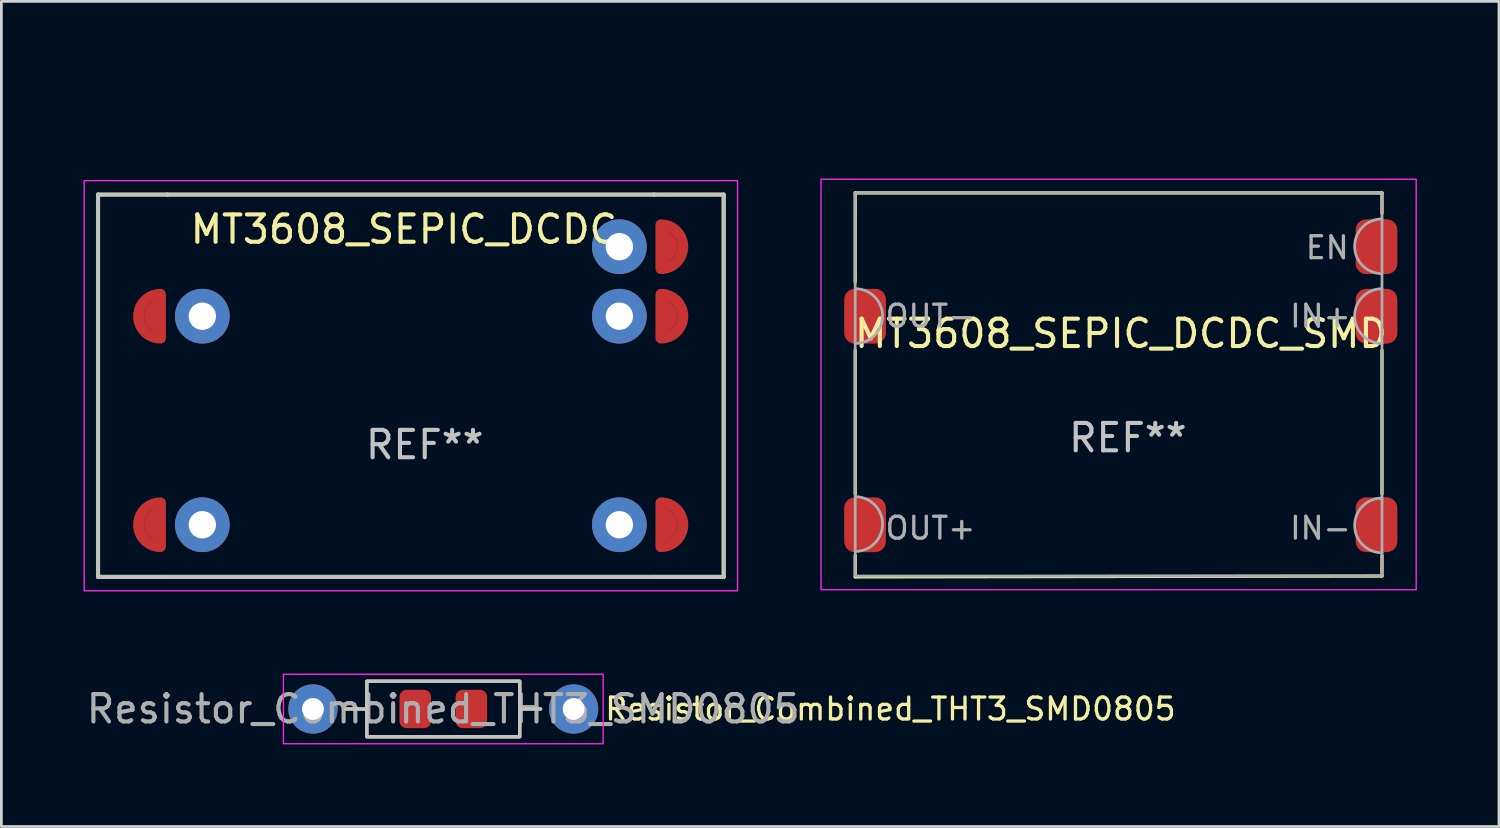
<source format=kicad_pcb>
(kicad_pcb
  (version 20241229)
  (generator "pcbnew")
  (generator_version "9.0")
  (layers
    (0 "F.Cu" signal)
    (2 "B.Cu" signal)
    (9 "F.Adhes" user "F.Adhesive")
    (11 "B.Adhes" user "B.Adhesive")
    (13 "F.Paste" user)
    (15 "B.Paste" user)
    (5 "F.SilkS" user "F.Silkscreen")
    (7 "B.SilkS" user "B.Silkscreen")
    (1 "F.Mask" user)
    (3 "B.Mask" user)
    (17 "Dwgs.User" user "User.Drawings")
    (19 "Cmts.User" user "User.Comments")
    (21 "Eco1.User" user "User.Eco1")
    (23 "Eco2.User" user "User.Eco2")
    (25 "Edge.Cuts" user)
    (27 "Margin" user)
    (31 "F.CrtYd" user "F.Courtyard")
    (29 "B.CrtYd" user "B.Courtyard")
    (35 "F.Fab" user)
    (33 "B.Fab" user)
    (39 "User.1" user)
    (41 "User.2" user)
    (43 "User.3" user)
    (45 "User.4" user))
  (footprint "MT3608_SEPIC_DCDC"
    (layer "F.Cu")
    (at 14.503 0.25)
    (property "Reference" "MT3608_SEPIC_DCDC" (at -2.794 5.08 0) (layer "F.SilkS") (effects (font (size 1 1) (thickness 0.15))))
    (attr through_hole)
    (fp_line (start -13.97 3.81) (end -13.97 17.78) (stroke (width 0.15) (type solid)) (layer "F.SilkS"))
    (fp_line (start -13.97 3.81) (end -11.43 3.81) (stroke (width 0.15) (type solid)) (layer "F.SilkS"))
    (fp_line (start -11.43 17.78) (end -13.97 17.78) (stroke (width 0.15) (type solid)) (layer "F.SilkS"))
    (fp_line (start -11.43 17.78) (end 6.35 17.78) (stroke (width 0.15) (type solid)) (layer "F.SilkS"))
    (fp_line (start 6.35 3.81) (end -11.43 3.81) (stroke (width 0.15) (type solid)) (layer "F.SilkS"))
    (fp_line (start 6.35 3.81) (end 8.89 3.81) (stroke (width 0.15) (type solid)) (layer "F.SilkS"))
    (fp_line (start 8.89 17.78) (end 6.35 17.78) (stroke (width 0.15) (type solid)) (layer "F.SilkS"))
    (fp_line (start 8.89 17.78) (end 8.89 3.81) (stroke (width 0.15) (type solid)) (layer "F.SilkS"))
    (fp_rect (start 8.89 17.78) (end -13.97 3.81) (stroke (width 0.12) (type solid)) (fill no) (layer "Dwgs.User"))
    (fp_rect (start 9.398 18.288) (end -14.478 3.302) (stroke (width 0.05) (type solid)) (fill no) (layer "F.CrtYd"))
    (fp_line (start -13.97 3.81) (end -13.97 17.78) (stroke (width 0.12) (type solid)) (layer "F.Fab"))
    (fp_line (start -13.97 3.81) (end -13.97 17.78) (stroke (width 0.12) (type solid)) (layer "F.Fab"))
    (fp_line (start -13.97 17.78) (end -11.43 17.78) (stroke (width 0.12) (type solid)) (layer "F.Fab"))
    (fp_line (start -11.43 3.81) (end -13.97 3.81) (stroke (width 0.12) (type solid)) (layer "F.Fab"))
    (fp_line (start -11.43 17.78) (end 6.35 17.78) (stroke (width 0.12) (type solid)) (layer "F.Fab"))
    (fp_line (start -11.43 17.78) (end 6.35 17.78) (stroke (width 0.12) (type solid)) (layer "F.Fab"))
    (fp_line (start -11.43 17.78) (end 6.35 17.78) (stroke (width 0.12) (type solid)) (layer "F.Fab"))
    (fp_line (start 3.81 3.81) (end -11.43 3.81) (stroke (width 0.12) (type solid)) (layer "F.Fab"))
    (fp_line (start 6.35 3.81) (end 3.81 3.81) (stroke (width 0.12) (type solid)) (layer "F.Fab"))
    (fp_line (start 6.35 17.78) (end 8.89 17.78) (stroke (width 0.12) (type solid)) (layer "F.Fab"))
    (fp_line (start 6.985 3.81) (end 6.35 3.81) (stroke (width 0.12) (type solid)) (layer "F.Fab"))
    (fp_line (start 8.89 3.81) (end 6.985 3.81) (stroke (width 0.12) (type solid)) (layer "F.Fab"))
    (fp_line (start 8.89 17.78) (end 8.89 3.81) (stroke (width 0.12) (type solid)) (layer "F.Fab"))
    (fp_line (start 8.89 17.78) (end 8.89 3.81) (stroke (width 0.12) (type solid)) (layer "F.Fab"))
    (fp_text user "REF**" (at -2.032 12.954 0) (unlocked yes) (layer "Dwgs.User") (effects (font (size 1 1) (thickness 0.15))))
    (pad "EN" thru_hole circle (at 5.08 5.715) (size 2 2) (drill 1) (layers "*.Cu" "*.Mask"))
    (pad "EN" smd custom (at 6.6 5.715) (size 0.2 0.2) (layers "F.Cu" "F.Mask" "F.Paste") (options (anchor circle)) (primitives (gr_arc (start 0 -0.8) (mid 0.8 0) (end 0 0.8) (width 0.4)) (gr_arc (start 0 -0.4) (mid 0.4 0) (end 0 0.4) (width 0.4)) (gr_line (start 0 -0.8) (end 0 0.8) (width 0.4))))
    (pad "IN+" thru_hole circle (at 5.08 8.255) (size 2 2) (drill 1) (layers "*.Cu" "*.Mask"))
    (pad "IN+" smd custom (at 6.6 8.255) (size 0.2 0.2) (layers "F.Cu" "F.Mask" "F.Paste") (options (anchor circle)) (primitives (gr_arc (start 0 -0.8) (mid 0.8 0) (end 0 0.8) (width 0.4)) (gr_arc (start 0 -0.4) (mid 0.4 0) (end 0 0.4) (width 0.4)) (gr_line (start 0 0.8) (end 0 -0.8) (width 0.4))))
    (pad "IN-" thru_hole circle (at 5.08 15.875) (size 2 2) (drill 1) (layers "*.Cu" "*.Mask"))
    (pad "IN-" smd custom (at 6.6 15.875) (size 0.2 0.2) (layers "F.Cu" "F.Mask" "F.Paste") (options (anchor circle)) (primitives (gr_arc (start 0 -0.8) (mid 0.8 0) (end 0 0.8) (width 0.4)) (gr_arc (start 0 -0.4) (mid 0.4 0) (end 0 0.4) (width 0.4)) (gr_line (start 0 -0.8) (end 0 0.8) (width 0.4))))
    (pad "OUT+" smd custom (at -11.69 15.875) (size 0.22 0.22) (layers "F.Cu" "F.Mask" "F.Paste") (options (anchor circle)) (primitives (gr_arc (start 0 0.8) (mid -0.8 0) (end 0 -0.8) (width 0.4)) (gr_arc (start 0 0.4) (mid -0.4 0) (end 0 -0.4) (width 0.4)) (gr_line (start 0 -0.8) (end 0 0.8) (width 0.4))))
    (pad "OUT+" thru_hole circle (at -10.16 15.875) (size 2 2) (drill 1) (layers "*.Cu" "*.Mask"))
    (pad "OUT-" smd custom (at -11.69 8.255) (size 0.1 0.1) (layers "F.Cu" "F.Mask" "F.Paste") (options (anchor circle)) (primitives (gr_arc (start 0 0.8) (mid -0.8 0) (end 0 -0.8) (width 0.4)) (gr_line (start 0 -0.8) (end 0 0.8) (width 0.4)) (gr_arc (start 0 0.4) (mid -0.4 0) (end 0 -0.4) (width 0.4))))
    (pad "OUT-" thru_hole circle (at -10.16 8.255) (size 2 2) (drill 1) (layers "*.Cu" "*.Mask")))
  (footprint "MT3608_SEPIC_DCDC_SMD"
    (layer "F.Cu")
    (at 40.451 0.25)
    (property "Reference" "MT3608_SEPIC_DCDC_SMD" (at -2.54 8.89 0) (layer "F.SilkS") (effects (font (size 1 1) (thickness 0.15))))
    (attr through_hole)
    (fp_line (start -12.25 3.75) (end -12.25 7) (stroke (width 0.12) (type solid)) (layer "F.SilkS"))
    (fp_line (start -12.25 14.75) (end -12.25 9.5) (stroke (width 0.12) (type solid)) (layer "F.SilkS"))
    (fp_line (start -12.25 17.78) (end -12.25 17) (stroke (width 0.12) (type solid)) (layer "F.SilkS"))
    (fp_line (start 7 3.75) (end -12.25 3.75) (stroke (width 0.12) (type solid)) (layer "F.SilkS"))
    (fp_line (start 7 4.5) (end 7 3.75) (stroke (width 0.12) (type solid)) (layer "F.SilkS"))
    (fp_line (start 7 14.75) (end 7 9.5) (stroke (width 0.12) (type solid)) (layer "F.SilkS"))
    (fp_line (start 7 17.75) (end -12.25 17.78) (stroke (width 0.12) (type solid)) (layer "F.SilkS"))
    (fp_line (start 7 17.75) (end 7 17) (stroke (width 0.12) (type solid)) (layer "F.SilkS"))
    (fp_rect (start -13.5 3.25) (end 8.25 18.25) (stroke (width 0.05) (type solid)) (fill no) (layer "F.CrtYd"))
    (fp_rect (start 7 17.75) (end -12.25 3.75) (stroke (width 0.1) (type solid)) (fill no) (layer "F.Fab"))
    (fp_arc (start -12.25 7.25) (mid -11.25 8.25) (end -12.25 9.25) (stroke (width 0.1) (type solid)) (layer "F.Fab"))
    (fp_arc (start -12.25 14.85) (mid -11.25 15.85) (end -12.25 16.85) (stroke (width 0.1) (type solid)) (layer "F.Fab"))
    (fp_arc (start 7 6.7) (mid 6 5.7) (end 7 4.7) (stroke (width 0.1) (type solid)) (layer "F.Fab"))
    (fp_arc (start 7 9.25) (mid 6 8.25) (end 7 7.25) (stroke (width 0.1) (type solid)) (layer "F.Fab"))
    (fp_arc (start 7 16.9) (mid 6 15.9) (end 7 14.9) (stroke (width 0.1) (type solid)) (layer "F.Fab"))
    (fp_text user "REF**" (at -2.286 12.7 0) (unlocked yes) (layer "Dwgs.User") (effects (font (size 1 1) (thickness 0.15))))
    (fp_text user "OUT-" (at -9.5 8.25 0) (layer "F.Fab") (effects (font (size 0.8 0.8) (thickness 0.12))))
    (fp_text user "OUT+" (at -9.5 16 0) (layer "F.Fab") (effects (font (size 0.8 0.8) (thickness 0.12))))
    (fp_text user "IN-" (at 4.75 16 0) (layer "F.Fab") (effects (font (size 0.8 0.8) (thickness 0.12))))
    (fp_text user "EN" (at 5 5.75 0) (layer "F.Fab") (effects (font (size 0.8 0.8) (thickness 0.12))))
    (fp_text user "IN+" (at 4.75 8.25 0) (layer "F.Fab") (effects (font (size 0.8 0.8) (thickness 0.12))))
    (pad "EN" smd roundrect (at 6.8 5.715) (size 1.524 2) (layers "F.Cu" "F.Mask" "F.Paste") (roundrect_rratio 0.25))
    (pad "IN+" smd roundrect (at 6.8 8.255) (size 1.524 2) (layers "F.Cu" "F.Mask" "F.Paste") (roundrect_rratio 0.25))
    (pad "IN-" smd roundrect (at 6.8 15.875) (size 1.524 2) (layers "F.Cu" "F.Mask" "F.Paste") (roundrect_rratio 0.25))
    (pad "OUT+" smd roundrect (at -11.89 15.875) (size 1.524 2) (layers "F.Cu" "F.Mask" "F.Paste") (roundrect_rratio 0.25))
    (pad "OUT-" smd roundrect (at -11.89 8.255) (size 1.524 2) (layers "F.Cu" "F.Mask" "F.Paste") (roundrect_rratio 0.25)))
  (footprint "Resistor_Combined_THT3_SMD0805"
    (layer "F.Cu")
    (at 13.149 22.858)
    (property "Reference" "Resistor_Combined_THT3_SMD0805" (at 5.842 0 0) (layer "F.SilkS") (effects (font (size 0.8 0.8) (thickness 0.12)) (justify left)))
    (attr through_hole)
    (fp_line (start -2.794 0) (end -3.556 0) (stroke (width 0.12) (type solid)) (layer "F.SilkS"))
    (fp_line (start 2.794 0) (end 3.556 0) (stroke (width 0.12) (type solid)) (layer "F.SilkS"))
    (fp_rect (start -2.794 -1.016) (end 2.794 1.016) (stroke (width 0.12) (type solid)) (fill no) (layer "F.SilkS"))
    (fp_line (start -2.794 0) (end -3.556 0) (stroke (width 0.12) (type solid)) (layer "Dwgs.User"))
    (fp_line (start 2.794 0) (end 3.556 0) (stroke (width 0.12) (type solid)) (layer "Dwgs.User"))
    (fp_rect (start 2.794 1.016) (end -2.794 -1.016) (stroke (width 0.12) (type solid)) (fill no) (layer "Dwgs.User"))
    (fp_rect (start 5.842 1.27) (end -5.842 -1.27) (stroke (width 0.05) (type solid)) (fill no) (layer "F.CrtYd"))
    (fp_text user "${REFERENCE}" (at 0 0 0) (unlocked yes) (layer "F.Fab") (effects (font (size 1 1) (thickness 0.15))))
    (pad "1" thru_hole circle (at -4.763 0) (size 1.8 1.8) (drill 0.8) (layers "*.Cu" "*.Mask"))
    (pad "1" smd roundrect (at -1.025 0) (size 1.15 1.4) (layers "F.Cu" "F.Mask" "F.Paste") (roundrect_rratio 0.217))
    (pad "2" smd roundrect (at 1.025 0) (size 1.15 1.4) (layers "F.Cu" "F.Mask" "F.Paste") (roundrect_rratio 0.217))
    (pad "2" thru_hole circle (at 4.763 0) (size 1.8 1.8) (drill 0.8) (layers "*.Cu" "*.Mask")))
  (gr_rect
    (start -3 -3)
    (end 51.726 27.153)
    (stroke (width 0.1) (type default))
    (fill no)
    (layer "Edge.Cuts")))
</source>
